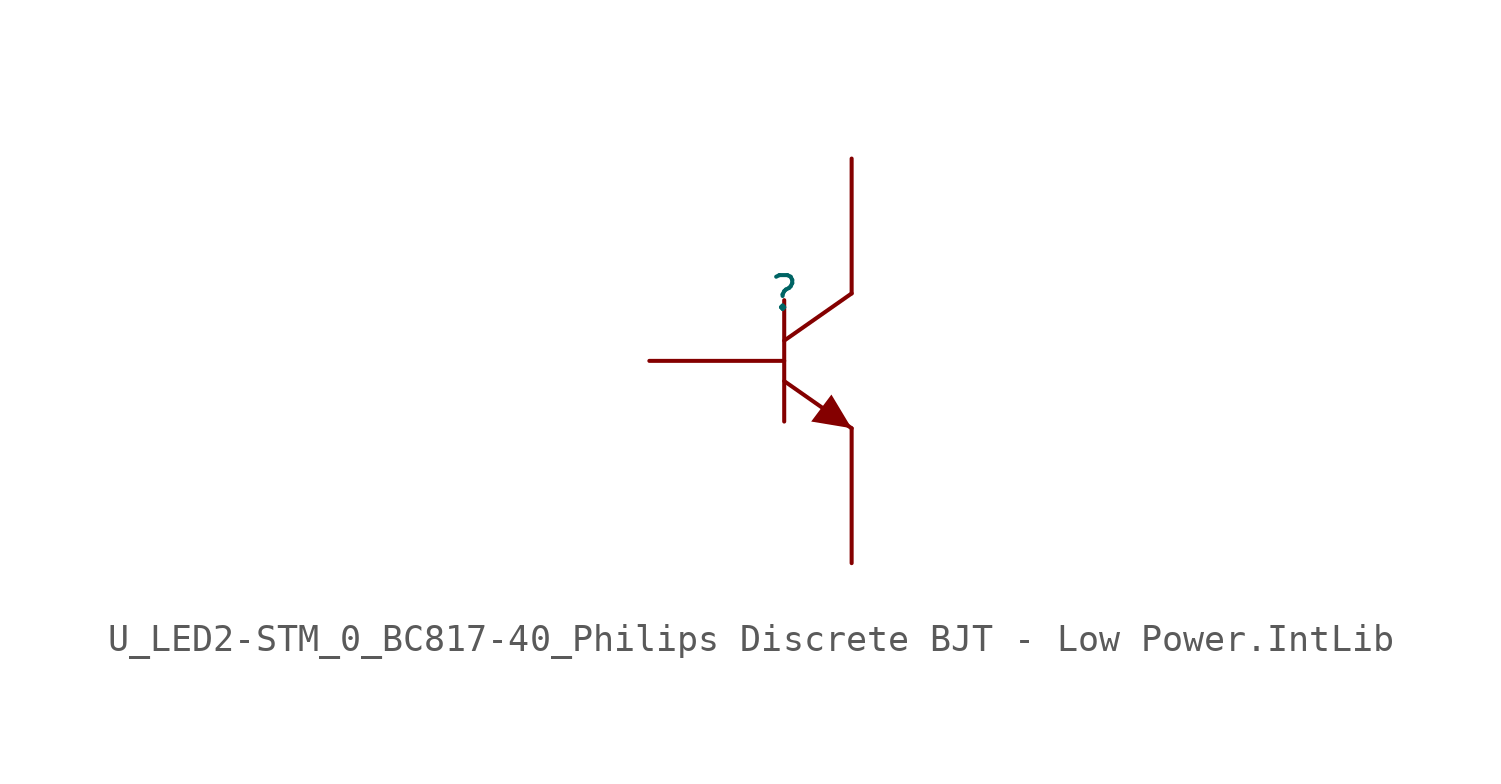
<source format=kicad_sym>
(kicad_symbol_lib
  (version 20241209)
  (generator "kicad_symbol_editor")
  (generator_version "9.0")
  (symbol "U_LED2-STM_0_BC817-40_Philips Discrete BJT - Low Power.IntLib"
    (pin_numbers
      (hide yes))
    (pin_names
      (hide yes))
    (property "Reference" ""
      (at 0 0 0)
      (effects (font (size 1.27 1.27))))
    (property "Value" ""
      (at 0 0 0)
      (effects (font (size 1.27 1.27))))
    (symbol "U_LED2-STM_0_BC817-40_Philips Discrete BJT - Low Power.IntLib_1_0"
      (polyline (pts (xy 0 -0.254) (xy 0 -4.826)) (stroke (width 0) (type solid)) (fill (type none)))
      (polyline (pts (xy 0 -3.302) (xy 2.54 -5.08)) (stroke (width 0) (type solid)) (fill (type none)))
      (polyline (pts (xy 2.54 0) (xy 0 -1.778)) (stroke (width 0) (type solid)) (fill (type none)))
      (polyline (pts (xy 2.54 -5.08) (xy 1.778 -3.81) (xy 1.016 -4.826) (xy 2.54 -5.08)) (stroke (width -0.0001) (type solid)) (fill (type outline)))
      (pin passive line (at -5.08 -2.54 0) (length 5.08) (name "B" (effects (font (size 1.27 1.27)))) (number "1" (effects (font (size 1.27 1.27)))))
      (pin passive line (at 2.54 5.08 270) (length 5.08) (name "C" (effects (font (size 1.27 1.27)))) (number "3" (effects (font (size 1.27 1.27)))))
      (pin passive line (at 2.54 -10.16 90) (length 5.08) (name "E" (effects (font (size 1.27 1.27)))) (number "2" (effects (font (size 1.27 1.27))))))))
</source>
